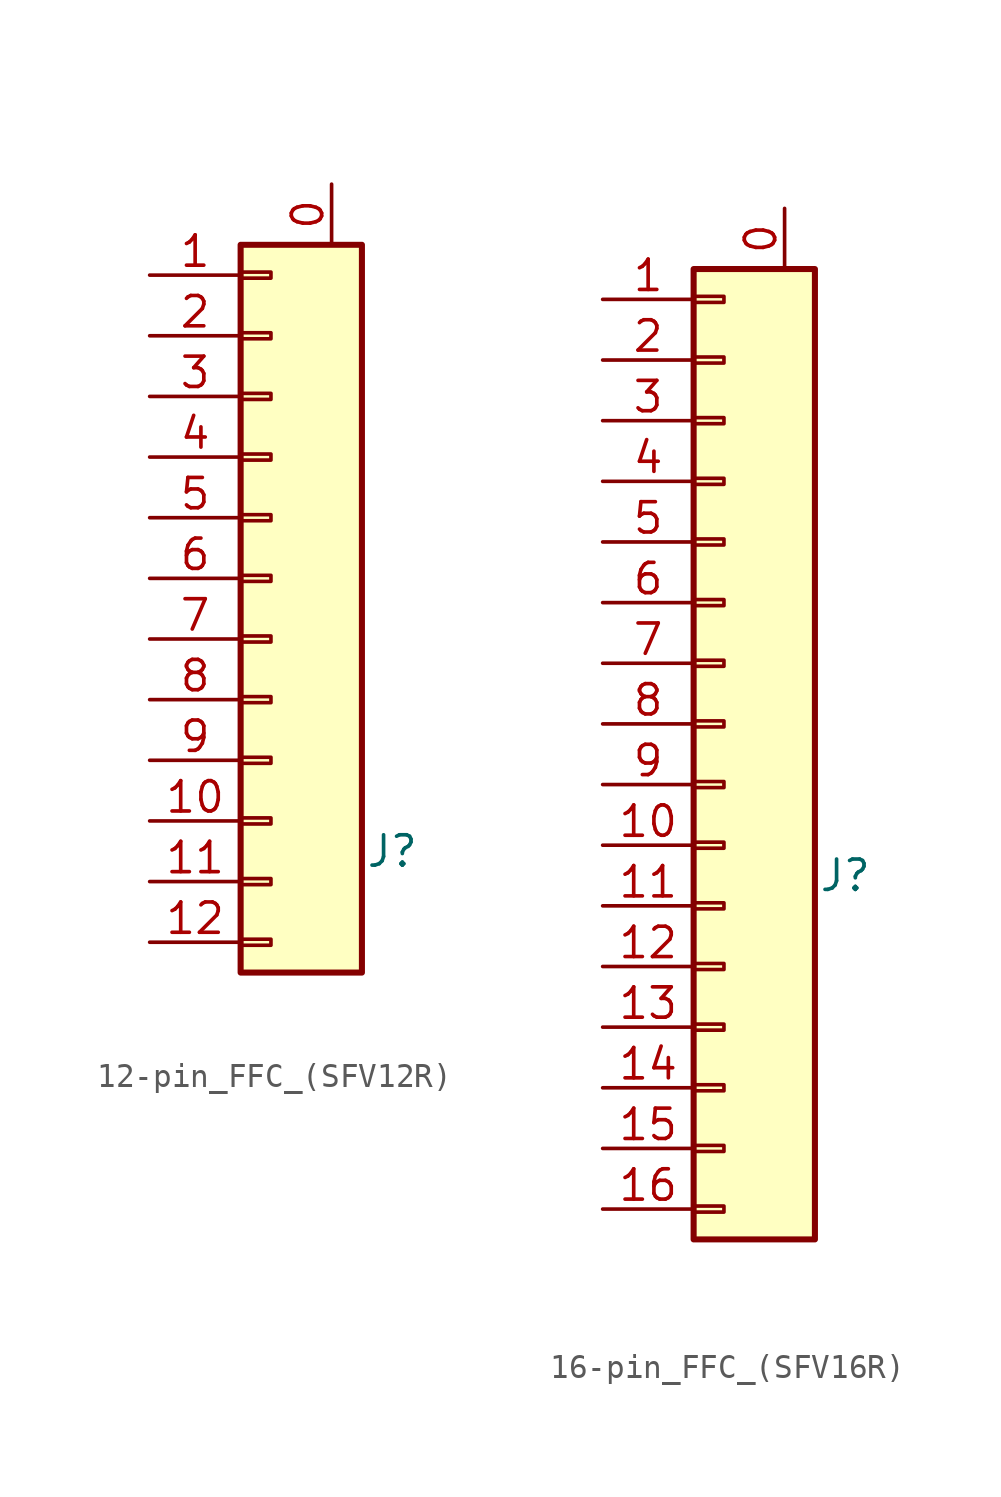
<source format=kicad_sym>
(kicad_symbol_lib
  (version 20211014)
  (generator kicad_symbol_editor)
  (symbol "12-pin_FFC_(SFV12R)"
    (pin_names
      (offset 1.016) hide)
    (property "Reference" "J"
      (at 6.35 -25.4 0)
      (effects (font (size 1.27 1.27))))
    (symbol "12-pin_FFC_(SFV12R)_1_1"
      (rectangle (start 0 -29.083) (end 1.27 -29.337) (stroke (width 0.152) (type default) (color 0 0 0 0)) (fill (type none)))
      (rectangle (start 0 -26.543) (end 1.27 -26.797) (stroke (width 0.152) (type default) (color 0 0 0 0)) (fill (type none)))
      (rectangle (start 0 -24.003) (end 1.27 -24.257) (stroke (width 0.152) (type default) (color 0 0 0 0)) (fill (type none)))
      (rectangle (start 0 -21.463) (end 1.27 -21.717) (stroke (width 0.152) (type default) (color 0 0 0 0)) (fill (type none)))
      (rectangle (start 0 -18.923) (end 1.27 -19.177) (stroke (width 0.152) (type default) (color 0 0 0 0)) (fill (type none)))
      (rectangle (start 0 -16.383) (end 1.27 -16.637) (stroke (width 0.152) (type default) (color 0 0 0 0)) (fill (type none)))
      (rectangle (start 0 -13.843) (end 1.27 -14.097) (stroke (width 0.152) (type default) (color 0 0 0 0)) (fill (type none)))
      (rectangle (start 0 -11.303) (end 1.27 -11.557) (stroke (width 0.152) (type default) (color 0 0 0 0)) (fill (type none)))
      (rectangle (start 0 -8.763) (end 1.27 -9.017) (stroke (width 0.152) (type default) (color 0 0 0 0)) (fill (type none)))
      (rectangle (start 0 -6.223) (end 1.27 -6.477) (stroke (width 0.152) (type default) (color 0 0 0 0)) (fill (type none)))
      (rectangle (start 0 -3.683) (end 1.27 -3.937) (stroke (width 0.152) (type default) (color 0 0 0 0)) (fill (type none)))
      (rectangle (start 0 -1.143) (end 1.27 -1.397) (stroke (width 0.152) (type default) (color 0 0 0 0)) (fill (type none)))
      (rectangle (start 0 0) (end 5.08 -30.48) (stroke (width 0.254) (type default) (color 0 0 0 0)) (fill (type background)))
      (pin passive line (at 3.81 2.54 270) (length 2.54) (name "~" (effects (font (size 1.27 1.27)))) (number "0" (effects (font (size 1.27 1.27)))))
      (pin passive line (at -3.81 -1.27 0) (length 3.81) (name "Pin_1" (effects (font (size 1.27 1.27)))) (number "1" (effects (font (size 1.27 1.27)))))
      (pin passive line (at -3.81 -24.13 0) (length 3.81) (name "Pin_10" (effects (font (size 1.27 1.27)))) (number "10" (effects (font (size 1.27 1.27)))))
      (pin passive line (at -3.81 -26.67 0) (length 3.81) (name "Pin_11" (effects (font (size 1.27 1.27)))) (number "11" (effects (font (size 1.27 1.27)))))
      (pin passive line (at -3.81 -29.21 0) (length 3.81) (name "Pin_12" (effects (font (size 1.27 1.27)))) (number "12" (effects (font (size 1.27 1.27)))))
      (pin passive line (at -3.81 -3.81 0) (length 3.81) (name "Pin_2" (effects (font (size 1.27 1.27)))) (number "2" (effects (font (size 1.27 1.27)))))
      (pin passive line (at -3.81 -6.35 0) (length 3.81) (name "Pin_3" (effects (font (size 1.27 1.27)))) (number "3" (effects (font (size 1.27 1.27)))))
      (pin passive line (at -3.81 -8.89 0) (length 3.81) (name "Pin_4" (effects (font (size 1.27 1.27)))) (number "4" (effects (font (size 1.27 1.27)))))
      (pin passive line (at -3.81 -11.43 0) (length 3.81) (name "Pin_5" (effects (font (size 1.27 1.27)))) (number "5" (effects (font (size 1.27 1.27)))))
      (pin passive line (at -3.81 -13.97 0) (length 3.81) (name "Pin_6" (effects (font (size 1.27 1.27)))) (number "6" (effects (font (size 1.27 1.27)))))
      (pin passive line (at -3.81 -16.51 0) (length 3.81) (name "Pin_7" (effects (font (size 1.27 1.27)))) (number "7" (effects (font (size 1.27 1.27)))))
      (pin passive line (at -3.81 -19.05 0) (length 3.81) (name "Pin_8" (effects (font (size 1.27 1.27)))) (number "8" (effects (font (size 1.27 1.27)))))
      (pin passive line (at -3.81 -21.59 0) (length 3.81) (name "Pin_9" (effects (font (size 1.27 1.27)))) (number "9" (effects (font (size 1.27 1.27)))))))
  (symbol "16-pin_FFC_(SFV16R)"
    (pin_names
      (offset 1.016) hide)
    (property "Reference" "J"
      (at 6.35 -25.4 0)
      (effects (font (size 1.27 1.27))))
    (symbol "16-pin_FFC_(SFV16R)_1_1"
      (rectangle (start 0 -39.243) (end 1.27 -39.497) (stroke (width 0.152) (type default) (color 0 0 0 0)) (fill (type none)))
      (rectangle (start 0 -36.703) (end 1.27 -36.957) (stroke (width 0.152) (type default) (color 0 0 0 0)) (fill (type none)))
      (rectangle (start 0 -34.163) (end 1.27 -34.417) (stroke (width 0.152) (type default) (color 0 0 0 0)) (fill (type none)))
      (rectangle (start 0 -31.623) (end 1.27 -31.877) (stroke (width 0.152) (type default) (color 0 0 0 0)) (fill (type none)))
      (rectangle (start 0 -29.083) (end 1.27 -29.337) (stroke (width 0.152) (type default) (color 0 0 0 0)) (fill (type none)))
      (rectangle (start 0 -26.543) (end 1.27 -26.797) (stroke (width 0.152) (type default) (color 0 0 0 0)) (fill (type none)))
      (rectangle (start 0 -24.003) (end 1.27 -24.257) (stroke (width 0.152) (type default) (color 0 0 0 0)) (fill (type none)))
      (rectangle (start 0 -21.463) (end 1.27 -21.717) (stroke (width 0.152) (type default) (color 0 0 0 0)) (fill (type none)))
      (rectangle (start 0 -18.923) (end 1.27 -19.177) (stroke (width 0.152) (type default) (color 0 0 0 0)) (fill (type none)))
      (rectangle (start 0 -16.383) (end 1.27 -16.637) (stroke (width 0.152) (type default) (color 0 0 0 0)) (fill (type none)))
      (rectangle (start 0 -13.843) (end 1.27 -14.097) (stroke (width 0.152) (type default) (color 0 0 0 0)) (fill (type none)))
      (rectangle (start 0 -11.303) (end 1.27 -11.557) (stroke (width 0.152) (type default) (color 0 0 0 0)) (fill (type none)))
      (rectangle (start 0 -8.763) (end 1.27 -9.017) (stroke (width 0.152) (type default) (color 0 0 0 0)) (fill (type none)))
      (rectangle (start 0 -6.223) (end 1.27 -6.477) (stroke (width 0.152) (type default) (color 0 0 0 0)) (fill (type none)))
      (rectangle (start 0 -3.683) (end 1.27 -3.937) (stroke (width 0.152) (type default) (color 0 0 0 0)) (fill (type none)))
      (rectangle (start 0 -1.143) (end 1.27 -1.397) (stroke (width 0.152) (type default) (color 0 0 0 0)) (fill (type none)))
      (rectangle (start 0 0) (end 5.08 -40.64) (stroke (width 0.254) (type default) (color 0 0 0 0)) (fill (type background)))
      (pin passive line (at 3.81 2.54 270) (length 2.54) (name "~" (effects (font (size 1.27 1.27)))) (number "0" (effects (font (size 1.27 1.27)))))
      (pin passive line (at -3.81 -1.27 0) (length 3.81) (name "Pin_1" (effects (font (size 1.27 1.27)))) (number "1" (effects (font (size 1.27 1.27)))))
      (pin passive line (at -3.81 -24.13 0) (length 3.81) (name "Pin_10" (effects (font (size 1.27 1.27)))) (number "10" (effects (font (size 1.27 1.27)))))
      (pin passive line (at -3.81 -26.67 0) (length 3.81) (name "Pin_11" (effects (font (size 1.27 1.27)))) (number "11" (effects (font (size 1.27 1.27)))))
      (pin passive line (at -3.81 -29.21 0) (length 3.81) (name "Pin_12" (effects (font (size 1.27 1.27)))) (number "12" (effects (font (size 1.27 1.27)))))
      (pin passive line (at -3.81 -31.75 0) (length 3.81) (name "Pin_13" (effects (font (size 1.27 1.27)))) (number "13" (effects (font (size 1.27 1.27)))))
      (pin passive line (at -3.81 -34.29 0) (length 3.81) (name "Pin_14" (effects (font (size 1.27 1.27)))) (number "14" (effects (font (size 1.27 1.27)))))
      (pin passive line (at -3.81 -36.83 0) (length 3.81) (name "Pin_15" (effects (font (size 1.27 1.27)))) (number "15" (effects (font (size 1.27 1.27)))))
      (pin passive line (at -3.81 -39.37 0) (length 3.81) (name "Pin_16" (effects (font (size 1.27 1.27)))) (number "16" (effects (font (size 1.27 1.27)))))
      (pin passive line (at -3.81 -3.81 0) (length 3.81) (name "Pin_2" (effects (font (size 1.27 1.27)))) (number "2" (effects (font (size 1.27 1.27)))))
      (pin passive line (at -3.81 -6.35 0) (length 3.81) (name "Pin_3" (effects (font (size 1.27 1.27)))) (number "3" (effects (font (size 1.27 1.27)))))
      (pin passive line (at -3.81 -8.89 0) (length 3.81) (name "Pin_4" (effects (font (size 1.27 1.27)))) (number "4" (effects (font (size 1.27 1.27)))))
      (pin passive line (at -3.81 -11.43 0) (length 3.81) (name "Pin_5" (effects (font (size 1.27 1.27)))) (number "5" (effects (font (size 1.27 1.27)))))
      (pin passive line (at -3.81 -13.97 0) (length 3.81) (name "Pin_6" (effects (font (size 1.27 1.27)))) (number "6" (effects (font (size 1.27 1.27)))))
      (pin passive line (at -3.81 -16.51 0) (length 3.81) (name "Pin_7" (effects (font (size 1.27 1.27)))) (number "7" (effects (font (size 1.27 1.27)))))
      (pin passive line (at -3.81 -19.05 0) (length 3.81) (name "Pin_8" (effects (font (size 1.27 1.27)))) (number "8" (effects (font (size 1.27 1.27)))))
      (pin passive line (at -3.81 -21.59 0) (length 3.81) (name "Pin_9" (effects (font (size 1.27 1.27)))) (number "9" (effects (font (size 1.27 1.27))))))))
</source>
